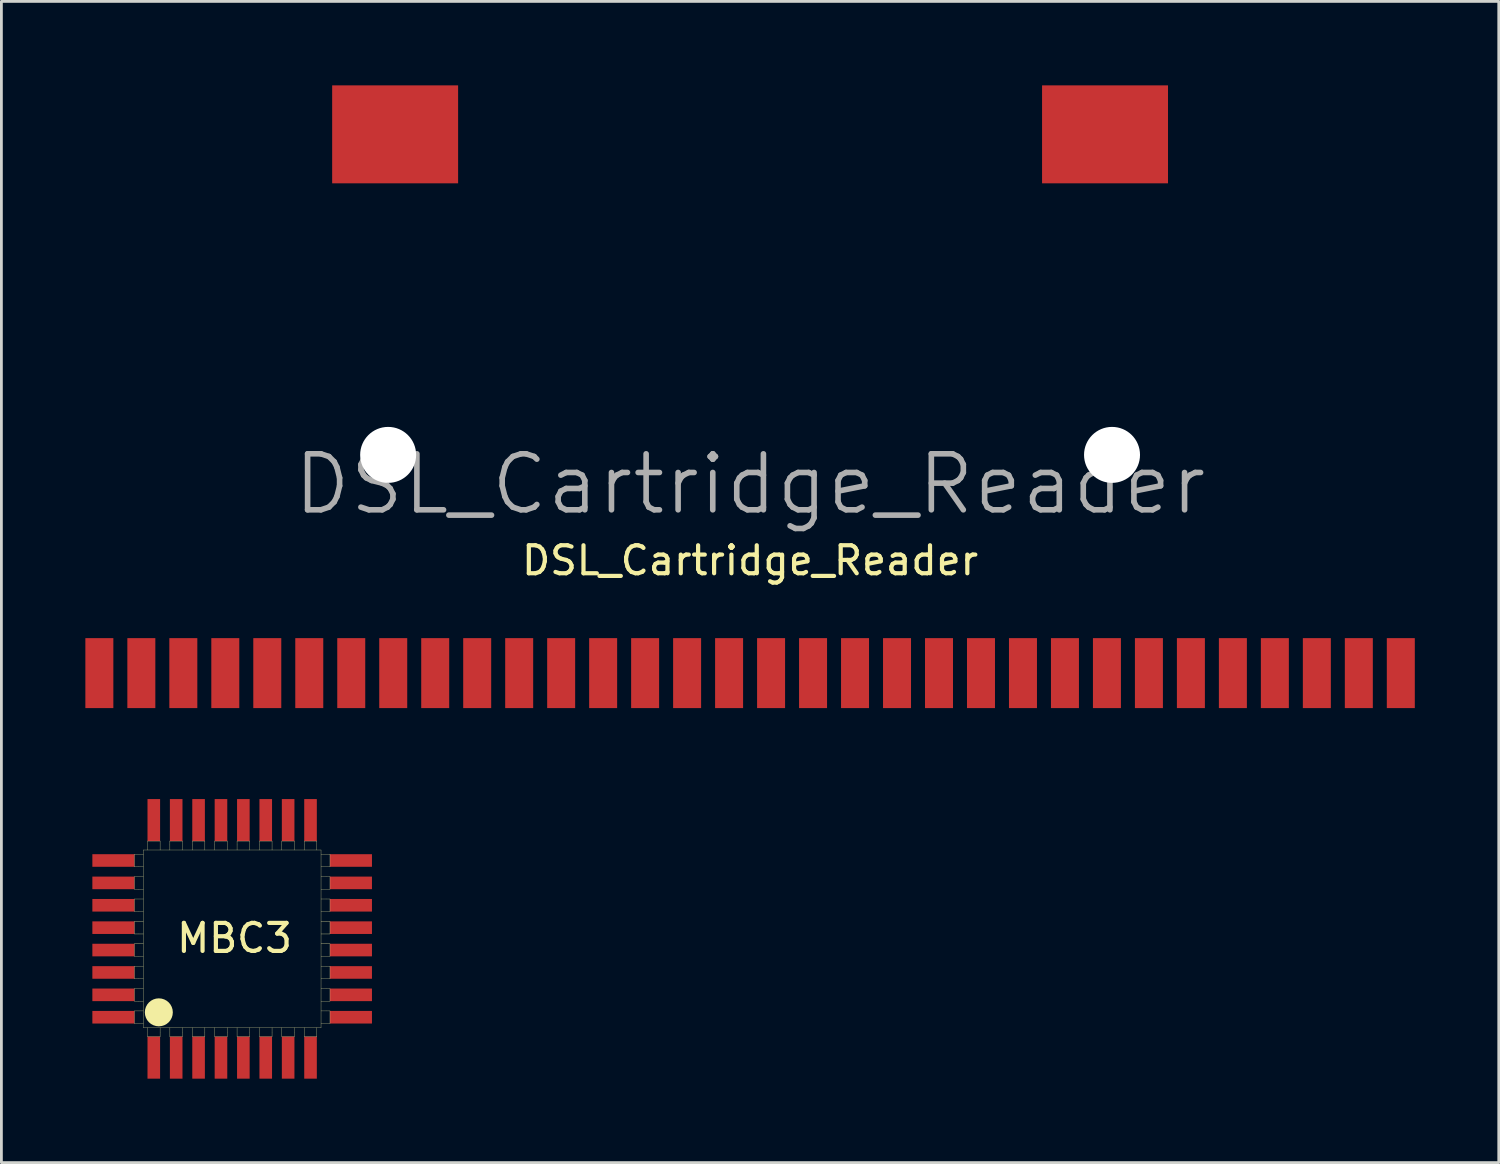
<source format=kicad_pcb>
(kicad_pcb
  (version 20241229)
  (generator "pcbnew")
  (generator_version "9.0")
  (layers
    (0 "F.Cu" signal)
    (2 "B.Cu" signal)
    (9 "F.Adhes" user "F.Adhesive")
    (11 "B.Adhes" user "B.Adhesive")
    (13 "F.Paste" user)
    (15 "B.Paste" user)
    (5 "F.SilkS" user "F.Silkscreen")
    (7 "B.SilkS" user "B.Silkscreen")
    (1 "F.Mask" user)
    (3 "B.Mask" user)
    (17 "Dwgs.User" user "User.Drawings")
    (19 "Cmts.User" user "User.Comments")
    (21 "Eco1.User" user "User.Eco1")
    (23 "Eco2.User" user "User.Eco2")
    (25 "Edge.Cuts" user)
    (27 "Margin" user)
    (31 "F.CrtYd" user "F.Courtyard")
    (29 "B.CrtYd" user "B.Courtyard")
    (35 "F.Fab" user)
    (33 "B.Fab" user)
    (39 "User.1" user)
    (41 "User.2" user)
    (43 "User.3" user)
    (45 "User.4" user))
  (footprint "MBC3"
    (layer "F.Cu")
    (at 0.25 25.5)
    (property "Reference" "MBC3" (at 5.08 4.97 0) (layer "F.SilkS") (effects (font (size 1 1) (thickness 0.15))))
    (attr through_hole)
    (fp_line (start 1.5 1.97) (end 1.82 1.97) (stroke (width 0.01) (type solid)) (layer "F.SilkS"))
    (fp_line (start 1.5 2.42) (end 1.5 1.97) (stroke (width 0.01) (type solid)) (layer "F.SilkS"))
    (fp_line (start 1.5 2.77) (end 1.82 2.77) (stroke (width 0.01) (type solid)) (layer "F.SilkS"))
    (fp_line (start 1.5 3.22) (end 1.5 2.77) (stroke (width 0.01) (type solid)) (layer "F.SilkS"))
    (fp_line (start 1.5 3.57) (end 1.82 3.57) (stroke (width 0.01) (type solid)) (layer "F.SilkS"))
    (fp_line (start 1.5 4.02) (end 1.5 3.57) (stroke (width 0.01) (type solid)) (layer "F.SilkS"))
    (fp_line (start 1.5 4.37) (end 1.82 4.37) (stroke (width 0.01) (type solid)) (layer "F.SilkS"))
    (fp_line (start 1.5 4.82) (end 1.5 4.37) (stroke (width 0.01) (type solid)) (layer "F.SilkS"))
    (fp_line (start 1.5 5.17) (end 1.82 5.17) (stroke (width 0.01) (type solid)) (layer "F.SilkS"))
    (fp_line (start 1.5 5.62) (end 1.5 5.17) (stroke (width 0.01) (type solid)) (layer "F.SilkS"))
    (fp_line (start 1.5 5.97) (end 1.82 5.97) (stroke (width 0.01) (type solid)) (layer "F.SilkS"))
    (fp_line (start 1.5 6.42) (end 1.5 5.97) (stroke (width 0.01) (type solid)) (layer "F.SilkS"))
    (fp_line (start 1.5 6.77) (end 1.82 6.77) (stroke (width 0.01) (type solid)) (layer "F.SilkS"))
    (fp_line (start 1.5 7.22) (end 1.5 6.77) (stroke (width 0.01) (type solid)) (layer "F.SilkS"))
    (fp_line (start 1.5 7.57) (end 1.5 8.02) (stroke (width 0.01) (type solid)) (layer "F.SilkS"))
    (fp_line (start 1.5 7.57) (end 1.82 7.57) (stroke (width 0.01) (type solid)) (layer "F.SilkS"))
    (fp_line (start 1.64 2.42) (end 1.5 2.42) (stroke (width 0.01) (type solid)) (layer "F.SilkS"))
    (fp_line (start 1.64 2.42) (end 1.82 2.42) (stroke (width 0.01) (type solid)) (layer "F.SilkS"))
    (fp_line (start 1.64 3.22) (end 1.5 3.22) (stroke (width 0.01) (type solid)) (layer "F.SilkS"))
    (fp_line (start 1.64 3.22) (end 1.82 3.22) (stroke (width 0.01) (type solid)) (layer "F.SilkS"))
    (fp_line (start 1.64 4.02) (end 1.5 4.02) (stroke (width 0.01) (type solid)) (layer "F.SilkS"))
    (fp_line (start 1.64 4.02) (end 1.82 4.02) (stroke (width 0.01) (type solid)) (layer "F.SilkS"))
    (fp_line (start 1.64 4.82) (end 1.5 4.82) (stroke (width 0.01) (type solid)) (layer "F.SilkS"))
    (fp_line (start 1.64 4.82) (end 1.82 4.82) (stroke (width 0.01) (type solid)) (layer "F.SilkS"))
    (fp_line (start 1.64 5.62) (end 1.5 5.62) (stroke (width 0.01) (type solid)) (layer "F.SilkS"))
    (fp_line (start 1.64 5.62) (end 1.82 5.62) (stroke (width 0.01) (type solid)) (layer "F.SilkS"))
    (fp_line (start 1.64 6.42) (end 1.5 6.42) (stroke (width 0.01) (type solid)) (layer "F.SilkS"))
    (fp_line (start 1.64 6.42) (end 1.82 6.42) (stroke (width 0.01) (type solid)) (layer "F.SilkS"))
    (fp_line (start 1.64 7.22) (end 1.5 7.22) (stroke (width 0.01) (type solid)) (layer "F.SilkS"))
    (fp_line (start 1.64 7.22) (end 1.82 7.22) (stroke (width 0.01) (type solid)) (layer "F.SilkS"))
    (fp_line (start 1.82 1.82) (end 1.82 8.17) (stroke (width 0.01) (type solid)) (layer "F.SilkS"))
    (fp_line (start 1.82 8.02) (end 1.5 8.02) (stroke (width 0.01) (type solid)) (layer "F.SilkS"))
    (fp_line (start 1.82 8.17) (end 8.17 8.17) (stroke (width 0.01) (type solid)) (layer "F.SilkS"))
    (fp_line (start 1.97 1.82) (end 1.97 1.5) (stroke (width 0.01) (type solid)) (layer "F.SilkS"))
    (fp_line (start 1.97 8.49) (end 1.97 8.17) (stroke (width 0.01) (type solid)) (layer "F.SilkS"))
    (fp_line (start 2.42 1.5) (end 1.97 1.5) (stroke (width 0.01) (type solid)) (layer "F.SilkS"))
    (fp_line (start 2.42 1.5) (end 2.42 1.82) (stroke (width 0.01) (type solid)) (layer "F.SilkS"))
    (fp_line (start 2.42 8.35) (end 2.42 8.17) (stroke (width 0.01) (type solid)) (layer "F.SilkS"))
    (fp_line (start 2.42 8.35) (end 2.42 8.49) (stroke (width 0.01) (type solid)) (layer "F.SilkS"))
    (fp_line (start 2.42 8.49) (end 1.97 8.49) (stroke (width 0.01) (type solid)) (layer "F.SilkS"))
    (fp_line (start 2.77 1.5) (end 3.22 1.5) (stroke (width 0.01) (type solid)) (layer "F.SilkS"))
    (fp_line (start 2.77 1.64) (end 2.77 1.5) (stroke (width 0.01) (type solid)) (layer "F.SilkS"))
    (fp_line (start 2.77 1.64) (end 2.77 1.82) (stroke (width 0.01) (type solid)) (layer "F.SilkS"))
    (fp_line (start 2.77 8.49) (end 2.77 8.17) (stroke (width 0.01) (type solid)) (layer "F.SilkS"))
    (fp_line (start 3.22 1.5) (end 3.22 1.82) (stroke (width 0.01) (type solid)) (layer "F.SilkS"))
    (fp_line (start 3.22 8.35) (end 3.22 8.17) (stroke (width 0.01) (type solid)) (layer "F.SilkS"))
    (fp_line (start 3.22 8.35) (end 3.22 8.49) (stroke (width 0.01) (type solid)) (layer "F.SilkS"))
    (fp_line (start 3.22 8.49) (end 2.77 8.49) (stroke (width 0.01) (type solid)) (layer "F.SilkS"))
    (fp_line (start 3.57 1.5) (end 4.02 1.5) (stroke (width 0.01) (type solid)) (layer "F.SilkS"))
    (fp_line (start 3.57 1.64) (end 3.57 1.5) (stroke (width 0.01) (type solid)) (layer "F.SilkS"))
    (fp_line (start 3.57 1.64) (end 3.57 1.82) (stroke (width 0.01) (type solid)) (layer "F.SilkS"))
    (fp_line (start 3.57 8.49) (end 3.57 8.17) (stroke (width 0.01) (type solid)) (layer "F.SilkS"))
    (fp_line (start 4.02 1.5) (end 4.02 1.82) (stroke (width 0.01) (type solid)) (layer "F.SilkS"))
    (fp_line (start 4.02 8.35) (end 4.02 8.17) (stroke (width 0.01) (type solid)) (layer "F.SilkS"))
    (fp_line (start 4.02 8.35) (end 4.02 8.49) (stroke (width 0.01) (type solid)) (layer "F.SilkS"))
    (fp_line (start 4.02 8.49) (end 3.57 8.49) (stroke (width 0.01) (type solid)) (layer "F.SilkS"))
    (fp_line (start 4.37 1.5) (end 4.82 1.5) (stroke (width 0.01) (type solid)) (layer "F.SilkS"))
    (fp_line (start 4.37 1.64) (end 4.37 1.5) (stroke (width 0.01) (type solid)) (layer "F.SilkS"))
    (fp_line (start 4.37 1.64) (end 4.37 1.82) (stroke (width 0.01) (type solid)) (layer "F.SilkS"))
    (fp_line (start 4.37 8.49) (end 4.37 8.17) (stroke (width 0.01) (type solid)) (layer "F.SilkS"))
    (fp_line (start 4.82 1.5) (end 4.82 1.82) (stroke (width 0.01) (type solid)) (layer "F.SilkS"))
    (fp_line (start 4.82 8.35) (end 4.82 8.17) (stroke (width 0.01) (type solid)) (layer "F.SilkS"))
    (fp_line (start 4.82 8.35) (end 4.82 8.49) (stroke (width 0.01) (type solid)) (layer "F.SilkS"))
    (fp_line (start 4.82 8.49) (end 4.37 8.49) (stroke (width 0.01) (type solid)) (layer "F.SilkS"))
    (fp_line (start 5.17 1.5) (end 5.62 1.5) (stroke (width 0.01) (type solid)) (layer "F.SilkS"))
    (fp_line (start 5.17 1.64) (end 5.17 1.5) (stroke (width 0.01) (type solid)) (layer "F.SilkS"))
    (fp_line (start 5.17 1.64) (end 5.17 1.82) (stroke (width 0.01) (type solid)) (layer "F.SilkS"))
    (fp_line (start 5.17 8.49) (end 5.17 8.17) (stroke (width 0.01) (type solid)) (layer "F.SilkS"))
    (fp_line (start 5.62 1.5) (end 5.62 1.82) (stroke (width 0.01) (type solid)) (layer "F.SilkS"))
    (fp_line (start 5.62 8.35) (end 5.62 8.17) (stroke (width 0.01) (type solid)) (layer "F.SilkS"))
    (fp_line (start 5.62 8.35) (end 5.62 8.49) (stroke (width 0.01) (type solid)) (layer "F.SilkS"))
    (fp_line (start 5.62 8.49) (end 5.17 8.49) (stroke (width 0.01) (type solid)) (layer "F.SilkS"))
    (fp_line (start 5.97 1.5) (end 6.42 1.5) (stroke (width 0.01) (type solid)) (layer "F.SilkS"))
    (fp_line (start 5.97 1.64) (end 5.97 1.5) (stroke (width 0.01) (type solid)) (layer "F.SilkS"))
    (fp_line (start 5.97 1.64) (end 5.97 1.82) (stroke (width 0.01) (type solid)) (layer "F.SilkS"))
    (fp_line (start 5.97 8.49) (end 5.97 8.17) (stroke (width 0.01) (type solid)) (layer "F.SilkS"))
    (fp_line (start 6.42 1.5) (end 6.42 1.82) (stroke (width 0.01) (type solid)) (layer "F.SilkS"))
    (fp_line (start 6.42 8.35) (end 6.42 8.17) (stroke (width 0.01) (type solid)) (layer "F.SilkS"))
    (fp_line (start 6.42 8.35) (end 6.42 8.49) (stroke (width 0.01) (type solid)) (layer "F.SilkS"))
    (fp_line (start 6.42 8.49) (end 5.97 8.49) (stroke (width 0.01) (type solid)) (layer "F.SilkS"))
    (fp_line (start 6.77 1.5) (end 7.22 1.5) (stroke (width 0.01) (type solid)) (layer "F.SilkS"))
    (fp_line (start 6.77 1.64) (end 6.77 1.5) (stroke (width 0.01) (type solid)) (layer "F.SilkS"))
    (fp_line (start 6.77 1.64) (end 6.77 1.82) (stroke (width 0.01) (type solid)) (layer "F.SilkS"))
    (fp_line (start 6.77 8.49) (end 6.77 8.17) (stroke (width 0.01) (type solid)) (layer "F.SilkS"))
    (fp_line (start 7.22 1.5) (end 7.22 1.82) (stroke (width 0.01) (type solid)) (layer "F.SilkS"))
    (fp_line (start 7.22 8.35) (end 7.22 8.17) (stroke (width 0.01) (type solid)) (layer "F.SilkS"))
    (fp_line (start 7.22 8.35) (end 7.22 8.49) (stroke (width 0.01) (type solid)) (layer "F.SilkS"))
    (fp_line (start 7.22 8.49) (end 6.77 8.49) (stroke (width 0.01) (type solid)) (layer "F.SilkS"))
    (fp_line (start 7.57 1.5) (end 8.02 1.5) (stroke (width 0.01) (type solid)) (layer "F.SilkS"))
    (fp_line (start 7.57 1.64) (end 7.57 1.5) (stroke (width 0.01) (type solid)) (layer "F.SilkS"))
    (fp_line (start 7.57 1.64) (end 7.57 1.82) (stroke (width 0.01) (type solid)) (layer "F.SilkS"))
    (fp_line (start 7.57 8.49) (end 7.57 8.17) (stroke (width 0.01) (type solid)) (layer "F.SilkS"))
    (fp_line (start 7.57 8.49) (end 8.02 8.49) (stroke (width 0.01) (type solid)) (layer "F.SilkS"))
    (fp_line (start 8.02 1.5) (end 8.02 1.82) (stroke (width 0.01) (type solid)) (layer "F.SilkS"))
    (fp_line (start 8.02 8.17) (end 8.02 8.49) (stroke (width 0.01) (type solid)) (layer "F.SilkS"))
    (fp_line (start 8.17 1.97) (end 8.49 1.97) (stroke (width 0.01) (type solid)) (layer "F.SilkS"))
    (fp_line (start 8.17 8.17) (end 8.17 1.82) (stroke (width 0.01) (type solid)) (layer "F.SilkS"))
    (fp_line (start 8.17 1.82) (end 1.82 1.82) (stroke (width 0.01) (type solid)) (layer "F.SilkS"))
    (fp_line (start 8.35 2.77) (end 8.17 2.77) (stroke (width 0.01) (type solid)) (layer "F.SilkS"))
    (fp_line (start 8.35 2.77) (end 8.49 2.77) (stroke (width 0.01) (type solid)) (layer "F.SilkS"))
    (fp_line (start 8.35 3.57) (end 8.17 3.57) (stroke (width 0.01) (type solid)) (layer "F.SilkS"))
    (fp_line (start 8.35 3.57) (end 8.49 3.57) (stroke (width 0.01) (type solid)) (layer "F.SilkS"))
    (fp_line (start 8.35 4.37) (end 8.17 4.37) (stroke (width 0.01) (type solid)) (layer "F.SilkS"))
    (fp_line (start 8.35 4.37) (end 8.49 4.37) (stroke (width 0.01) (type solid)) (layer "F.SilkS"))
    (fp_line (start 8.35 5.17) (end 8.17 5.17) (stroke (width 0.01) (type solid)) (layer "F.SilkS"))
    (fp_line (start 8.35 5.17) (end 8.49 5.17) (stroke (width 0.01) (type solid)) (layer "F.SilkS"))
    (fp_line (start 8.35 5.97) (end 8.17 5.97) (stroke (width 0.01) (type solid)) (layer "F.SilkS"))
    (fp_line (start 8.35 5.97) (end 8.49 5.97) (stroke (width 0.01) (type solid)) (layer "F.SilkS"))
    (fp_line (start 8.35 6.77) (end 8.17 6.77) (stroke (width 0.01) (type solid)) (layer "F.SilkS"))
    (fp_line (start 8.35 6.77) (end 8.49 6.77) (stroke (width 0.01) (type solid)) (layer "F.SilkS"))
    (fp_line (start 8.35 7.57) (end 8.17 7.57) (stroke (width 0.01) (type solid)) (layer "F.SilkS"))
    (fp_line (start 8.35 7.57) (end 8.49 7.57) (stroke (width 0.01) (type solid)) (layer "F.SilkS"))
    (fp_line (start 8.49 2.42) (end 8.17 2.42) (stroke (width 0.01) (type solid)) (layer "F.SilkS"))
    (fp_line (start 8.49 2.42) (end 8.49 1.97) (stroke (width 0.01) (type solid)) (layer "F.SilkS"))
    (fp_line (start 8.49 2.77) (end 8.49 3.22) (stroke (width 0.01) (type solid)) (layer "F.SilkS"))
    (fp_line (start 8.49 3.22) (end 8.17 3.22) (stroke (width 0.01) (type solid)) (layer "F.SilkS"))
    (fp_line (start 8.49 3.57) (end 8.49 4.02) (stroke (width 0.01) (type solid)) (layer "F.SilkS"))
    (fp_line (start 8.49 4.02) (end 8.17 4.02) (stroke (width 0.01) (type solid)) (layer "F.SilkS"))
    (fp_line (start 8.49 4.37) (end 8.49 4.82) (stroke (width 0.01) (type solid)) (layer "F.SilkS"))
    (fp_line (start 8.49 4.82) (end 8.17 4.82) (stroke (width 0.01) (type solid)) (layer "F.SilkS"))
    (fp_line (start 8.49 5.17) (end 8.49 5.62) (stroke (width 0.01) (type solid)) (layer "F.SilkS"))
    (fp_line (start 8.49 5.62) (end 8.17 5.62) (stroke (width 0.01) (type solid)) (layer "F.SilkS"))
    (fp_line (start 8.49 5.97) (end 8.49 6.42) (stroke (width 0.01) (type solid)) (layer "F.SilkS"))
    (fp_line (start 8.49 6.42) (end 8.17 6.42) (stroke (width 0.01) (type solid)) (layer "F.SilkS"))
    (fp_line (start 8.49 6.77) (end 8.49 7.22) (stroke (width 0.01) (type solid)) (layer "F.SilkS"))
    (fp_line (start 8.49 7.22) (end 8.17 7.22) (stroke (width 0.01) (type solid)) (layer "F.SilkS"))
    (fp_line (start 8.49 7.57) (end 8.49 8.02) (stroke (width 0.01) (type solid)) (layer "F.SilkS"))
    (fp_line (start 8.49 8.02) (end 8.17 8.02) (stroke (width 0.01) (type solid)) (layer "F.SilkS"))
    (fp_circle (center 2.375 7.62) (end 2.375 7.62) (stroke (width 0.5) (type solid)) (fill no) (layer "F.SilkS"))
    (pad "1" smd rect (at 2.195 9.24 90) (size 1.5 0.45) (layers "F.Cu" "F.Mask" "F.Paste"))
    (pad "2" smd rect (at 2.995 9.24 90) (size 1.5 0.45) (layers "F.Cu" "F.Mask" "F.Paste"))
    (pad "3" smd rect (at 3.795 9.24 90) (size 1.5 0.45) (layers "F.Cu" "F.Mask" "F.Paste"))
    (pad "4" smd rect (at 4.595 9.24 90) (size 1.5 0.45) (layers "F.Cu" "F.Mask" "F.Paste"))
    (pad "5" smd rect (at 5.395 9.24 90) (size 1.5 0.45) (layers "F.Cu" "F.Mask" "F.Paste"))
    (pad "6" smd rect (at 6.195 9.24 90) (size 1.5 0.45) (layers "F.Cu" "F.Mask" "F.Paste"))
    (pad "7" smd rect (at 6.995 9.24 90) (size 1.5 0.45) (layers "F.Cu" "F.Mask" "F.Paste"))
    (pad "8" smd rect (at 7.795 9.24 90) (size 1.5 0.45) (layers "F.Cu" "F.Mask" "F.Paste"))
    (pad "9" smd rect (at 9.24 7.795 180) (size 1.5 0.45) (layers "F.Cu" "F.Mask" "F.Paste"))
    (pad "10" smd rect (at 9.24 6.995 180) (size 1.5 0.45) (layers "F.Cu" "F.Mask" "F.Paste"))
    (pad "11" smd rect (at 9.24 6.195 180) (size 1.5 0.45) (layers "F.Cu" "F.Mask" "F.Paste"))
    (pad "12" smd rect (at 9.24 5.395 180) (size 1.5 0.45) (layers "F.Cu" "F.Mask" "F.Paste"))
    (pad "13" smd rect (at 9.24 4.595 180) (size 1.5 0.45) (layers "F.Cu" "F.Mask" "F.Paste"))
    (pad "14" smd rect (at 9.24 3.795 180) (size 1.5 0.45) (layers "F.Cu" "F.Mask" "F.Paste"))
    (pad "15" smd rect (at 9.24 2.995 180) (size 1.5 0.45) (layers "F.Cu" "F.Mask" "F.Paste"))
    (pad "16" smd rect (at 9.24 2.195 180) (size 1.5 0.45) (layers "F.Cu" "F.Mask" "F.Paste"))
    (pad "17" smd rect (at 7.795 0.75 90) (size 1.5 0.45) (layers "F.Cu" "F.Mask" "F.Paste"))
    (pad "18" smd rect (at 6.995 0.75 90) (size 1.5 0.45) (layers "F.Cu" "F.Mask" "F.Paste"))
    (pad "19" smd rect (at 6.195 0.75 90) (size 1.5 0.45) (layers "F.Cu" "F.Mask" "F.Paste"))
    (pad "20" smd rect (at 5.395 0.75 90) (size 1.5 0.45) (layers "F.Cu" "F.Mask" "F.Paste"))
    (pad "21" smd rect (at 4.595 0.75 90) (size 1.5 0.45) (layers "F.Cu" "F.Mask" "F.Paste"))
    (pad "22" smd rect (at 3.795 0.75 90) (size 1.5 0.45) (layers "F.Cu" "F.Mask" "F.Paste"))
    (pad "23" smd rect (at 2.995 0.75 90) (size 1.5 0.45) (layers "F.Cu" "F.Mask" "F.Paste"))
    (pad "24" smd rect (at 2.195 0.75 90) (size 1.5 0.45) (layers "F.Cu" "F.Mask" "F.Paste"))
    (pad "25" smd rect (at 0.75 2.195 180) (size 1.5 0.45) (layers "F.Cu" "F.Mask" "F.Paste"))
    (pad "26" smd rect (at 0.75 2.995 180) (size 1.5 0.45) (layers "F.Cu" "F.Mask" "F.Paste"))
    (pad "27" smd rect (at 0.75 3.795 180) (size 1.5 0.45) (layers "F.Cu" "F.Mask" "F.Paste"))
    (pad "28" smd rect (at 0.75 4.595 180) (size 1.5 0.45) (layers "F.Cu" "F.Mask" "F.Paste"))
    (pad "29" smd rect (at 0.75 5.395 180) (size 1.5 0.45) (layers "F.Cu" "F.Mask" "F.Paste"))
    (pad "30" smd rect (at 0.75 6.195 180) (size 1.5 0.45) (layers "F.Cu" "F.Mask" "F.Paste"))
    (pad "31" smd rect (at 0.75 6.995 180) (size 1.5 0.45) (layers "F.Cu" "F.Mask" "F.Paste"))
    (pad "32" smd rect (at 0.75 7.795 180) (size 1.5 0.45) (layers "F.Cu" "F.Mask" "F.Paste")))
  (footprint "DSL_Cartridge_Reader"
    (layer "F.Cu")
    (at 23.75 15.25)
    (property "Reference" "DSL_Cartridge_Reader" (at 0 1.727 180) (layer "F.SilkS") (effects (font (size 1 1) (thickness 0.15))))
    (attr smd)
    (fp_text user "${REFERENCE}" (at 0 -1 0) (layer "F.Fab") (effects (font (size 2 2) (thickness 0.2))))
    (pad "" np_thru_hole circle (at -12.932 -2.047) (size 2 2) (drill 2) (layers "*.Cu" "*.Mask"))
    (pad "" np_thru_hole circle (at 12.932 -2.047) (size 2 2) (drill 2) (layers "*.Cu" "*.Mask"))
    (pad "1" smd rect (at -23.25 5.75) (size 1 2.5) (layers "F.Cu" "F.Mask" "F.Paste"))
    (pad "2" smd rect (at -21.75 5.75) (size 1 2.5) (layers "F.Cu" "F.Mask" "F.Paste"))
    (pad "3" smd rect (at -20.25 5.75) (size 1 2.5) (layers "F.Cu" "F.Mask" "F.Paste"))
    (pad "4" smd rect (at -18.75 5.75) (size 1 2.5) (layers "F.Cu" "F.Mask" "F.Paste"))
    (pad "5" smd rect (at -17.25 5.75) (size 1 2.5) (layers "F.Cu" "F.Mask" "F.Paste"))
    (pad "6" smd rect (at -15.75 5.75) (size 1 2.5) (layers "F.Cu" "F.Mask" "F.Paste"))
    (pad "7" smd rect (at -14.25 5.75) (size 1 2.5) (layers "F.Cu" "F.Mask" "F.Paste"))
    (pad "8" smd rect (at -12.75 5.75) (size 1 2.5) (layers "F.Cu" "F.Mask" "F.Paste"))
    (pad "9" smd rect (at -11.25 5.75) (size 1 2.5) (layers "F.Cu" "F.Mask" "F.Paste"))
    (pad "10" smd rect (at -9.75 5.75) (size 1 2.5) (layers "F.Cu" "F.Mask" "F.Paste"))
    (pad "11" smd rect (at -8.25 5.75) (size 1 2.5) (layers "F.Cu" "F.Mask" "F.Paste"))
    (pad "12" smd rect (at -6.75 5.75) (size 1 2.5) (layers "F.Cu" "F.Mask" "F.Paste"))
    (pad "13" smd rect (at -5.25 5.75) (size 1 2.5) (layers "F.Cu" "F.Mask" "F.Paste"))
    (pad "14" smd rect (at -3.75 5.75) (size 1 2.5) (layers "F.Cu" "F.Mask" "F.Paste"))
    (pad "15" smd rect (at -2.25 5.75) (size 1 2.5) (layers "F.Cu" "F.Mask" "F.Paste"))
    (pad "16" smd rect (at -0.75 5.75) (size 1 2.5) (layers "F.Cu" "F.Mask" "F.Paste"))
    (pad "17" smd rect (at 0.75 5.75) (size 1 2.5) (layers "F.Cu" "F.Mask" "F.Paste"))
    (pad "18" smd rect (at 2.25 5.75) (size 1 2.5) (layers "F.Cu" "F.Mask" "F.Paste"))
    (pad "19" smd rect (at 3.75 5.75) (size 1 2.5) (layers "F.Cu" "F.Mask" "F.Paste"))
    (pad "20" smd rect (at 5.25 5.75) (size 1 2.5) (layers "F.Cu" "F.Mask" "F.Paste"))
    (pad "21" smd rect (at 6.75 5.75) (size 1 2.5) (layers "F.Cu" "F.Mask" "F.Paste"))
    (pad "22" smd rect (at 8.25 5.75) (size 1 2.5) (layers "F.Cu" "F.Mask" "F.Paste"))
    (pad "23" smd rect (at 9.75 5.75) (size 1 2.5) (layers "F.Cu" "F.Mask" "F.Paste"))
    (pad "24" smd rect (at 11.25 5.75) (size 1 2.5) (layers "F.Cu" "F.Mask" "F.Paste"))
    (pad "25" smd rect (at 12.75 5.75) (size 1 2.5) (layers "F.Cu" "F.Mask" "F.Paste"))
    (pad "26" smd rect (at 14.25 5.75) (size 1 2.5) (layers "F.Cu" "F.Mask" "F.Paste"))
    (pad "27" smd rect (at 15.75 5.75) (size 1 2.5) (layers "F.Cu" "F.Mask" "F.Paste"))
    (pad "28" smd rect (at 17.25 5.75) (size 1 2.5) (layers "F.Cu" "F.Mask" "F.Paste"))
    (pad "29" smd rect (at 18.75 5.75) (size 1 2.5) (layers "F.Cu" "F.Mask" "F.Paste"))
    (pad "30" smd rect (at 20.25 5.75) (size 1 2.5) (layers "F.Cu" "F.Mask" "F.Paste"))
    (pad "31" smd rect (at 21.75 5.75) (size 1 2.5) (layers "F.Cu" "F.Mask" "F.Paste"))
    (pad "32" smd rect (at 23.25 5.75) (size 1 2.5) (layers "F.Cu" "F.Mask" "F.Paste"))
    (pad "GND" smd rect (at -12.682 -13.5) (size 4.5 3.5) (layers "F.Cu" "F.Mask" "F.Paste"))
    (pad "GND" smd rect (at 12.682 -13.5) (size 4.5 3.5) (layers "F.Cu" "F.Mask" "F.Paste")))
  (gr_rect
    (start -3 -3)
    (end 50.5 38.49)
    (stroke (width 0.1) (type default))
    (fill no)
    (layer "Edge.Cuts")))
</source>
